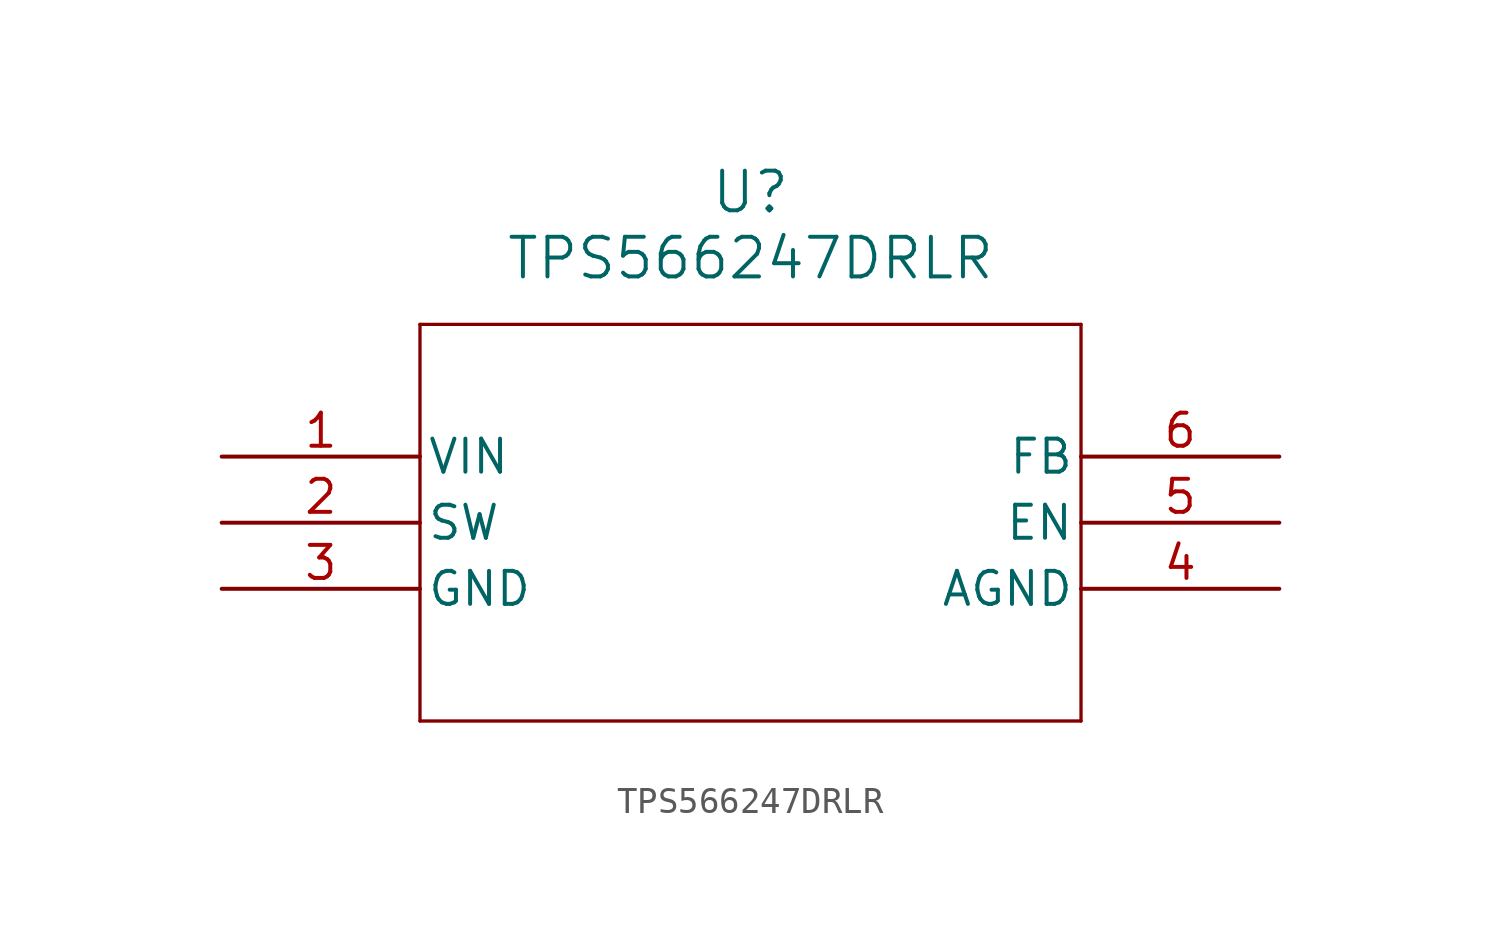
<source format=kicad_sym>
(kicad_symbol_lib
  (version 20211014)
  (generator kicad_symbol_editor)
  (symbol "TPS566247DRLR"
    (pin_names
      (offset 0.254))
    (property "Reference" "U"
      (at 20.32 10.16 0)
      (effects (font (size 1.524 1.524))))
    (property "Value" "TPS566247DRLR"
      (at 20.32 7.62 0)
      (effects (font (size 1.524 1.524))))
    (symbol "TPS566247DRLR_0_1"
      (polyline (pts (xy 7.62 5.08) (xy 7.62 -10.16)) (stroke (width 0.127) (type default) (color 0 0 0 0)) (fill (type none)))
      (polyline (pts (xy 7.62 -10.16) (xy 33.02 -10.16)) (stroke (width 0.127) (type default) (color 0 0 0 0)) (fill (type none)))
      (polyline (pts (xy 33.02 -10.16) (xy 33.02 5.08)) (stroke (width 0.127) (type default) (color 0 0 0 0)) (fill (type none)))
      (polyline (pts (xy 33.02 5.08) (xy 7.62 5.08)) (stroke (width 0.127) (type default) (color 0 0 0 0)) (fill (type none)))
      (pin power_in line (at 0 0 0) (length 7.62) (name "VIN" (effects (font (size 1.27 1.27)))) (number "1" (effects (font (size 1.27 1.27)))))
      (pin output line (at 0 -2.54 0) (length 7.62) (name "SW" (effects (font (size 1.27 1.27)))) (number "2" (effects (font (size 1.27 1.27)))))
      (pin power_out line (at 0 -5.08 0) (length 7.62) (name "GND" (effects (font (size 1.27 1.27)))) (number "3" (effects (font (size 1.27 1.27)))))
      (pin power_out line (at 40.64 -5.08 180) (length 7.62) (name "AGND" (effects (font (size 1.27 1.27)))) (number "4" (effects (font (size 1.27 1.27)))))
      (pin input line (at 40.64 -2.54 180) (length 7.62) (name "EN" (effects (font (size 1.27 1.27)))) (number "5" (effects (font (size 1.27 1.27)))))
      (pin input line (at 40.64 0 180) (length 7.62) (name "FB" (effects (font (size 1.27 1.27)))) (number "6" (effects (font (size 1.27 1.27))))))))
</source>
